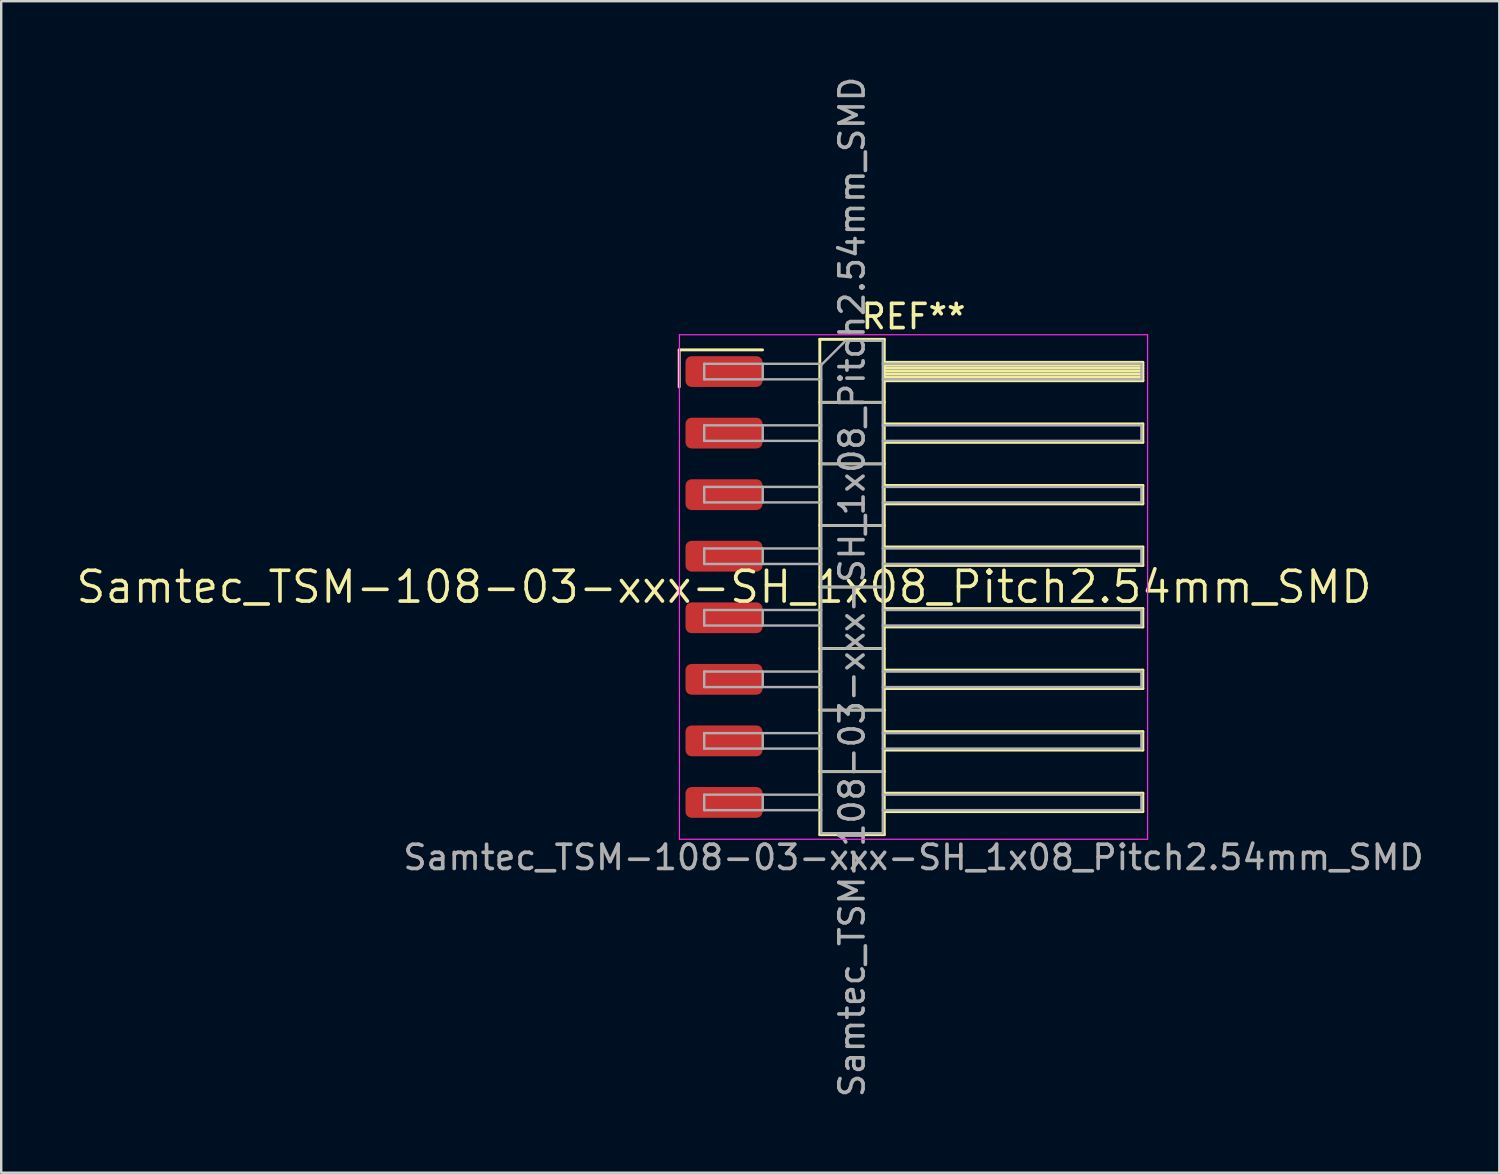
<source format=kicad_pcb>
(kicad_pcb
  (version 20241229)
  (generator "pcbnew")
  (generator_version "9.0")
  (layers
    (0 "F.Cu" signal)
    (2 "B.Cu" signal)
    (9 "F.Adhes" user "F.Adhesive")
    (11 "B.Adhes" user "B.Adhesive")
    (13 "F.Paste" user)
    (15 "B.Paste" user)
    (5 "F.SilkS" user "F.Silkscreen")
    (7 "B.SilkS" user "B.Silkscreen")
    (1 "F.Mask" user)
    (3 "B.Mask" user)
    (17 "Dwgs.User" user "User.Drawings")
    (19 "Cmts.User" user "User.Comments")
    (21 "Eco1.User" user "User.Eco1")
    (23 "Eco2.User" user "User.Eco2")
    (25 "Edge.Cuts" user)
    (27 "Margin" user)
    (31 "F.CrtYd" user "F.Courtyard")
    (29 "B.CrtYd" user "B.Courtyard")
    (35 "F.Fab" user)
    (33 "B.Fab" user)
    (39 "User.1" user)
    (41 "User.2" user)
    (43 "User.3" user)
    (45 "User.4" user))
  (footprint "Samtec_TSM-108-03-xxx-SH_1x08_Pitch2.54mm_SMD"
    (layer "F.Cu")
    (at 26.828 21.173)
    (property "Reference" "Samtec_TSM-108-03-xxx-SH_1x08_Pitch2.54mm_SMD" (at 0 0 0) (layer "F.SilkS") (effects (font (size 1.27 1.27) (thickness 0.15))))
    (attr smd)
    (fp_line (start -1.85 -9.785) (end 1.59 -9.785) (stroke (width 0.12) (type solid)) (layer "F.SilkS"))
    (fp_line (start -1.85 -8.255) (end -1.85 -9.785) (stroke (width 0.12) (type solid)) (layer "F.SilkS"))
    (fp_line (start 3.953 -10.22) (end 6.613 -10.22) (stroke (width 0.12) (type solid)) (layer "F.SilkS"))
    (fp_line (start 3.953 -7.62) (end 6.613 -7.62) (stroke (width 0.12) (type solid)) (layer "F.SilkS"))
    (fp_line (start 3.953 -5.08) (end 6.613 -5.08) (stroke (width 0.12) (type solid)) (layer "F.SilkS"))
    (fp_line (start 3.953 -2.54) (end 6.613 -2.54) (stroke (width 0.12) (type solid)) (layer "F.SilkS"))
    (fp_line (start 3.953 0) (end 6.613 0) (stroke (width 0.12) (type solid)) (layer "F.SilkS"))
    (fp_line (start 3.953 2.54) (end 6.613 2.54) (stroke (width 0.12) (type solid)) (layer "F.SilkS"))
    (fp_line (start 3.953 5.08) (end 6.613 5.08) (stroke (width 0.12) (type solid)) (layer "F.SilkS"))
    (fp_line (start 3.953 7.62) (end 6.613 7.62) (stroke (width 0.12) (type solid)) (layer "F.SilkS"))
    (fp_line (start 3.953 10.22) (end 3.953 -10.22) (stroke (width 0.12) (type solid)) (layer "F.SilkS"))
    (fp_line (start 6.613 -10.22) (end 6.613 10.22) (stroke (width 0.12) (type solid)) (layer "F.SilkS"))
    (fp_line (start 6.613 -9.27) (end 17.283 -9.27) (stroke (width 0.12) (type solid)) (layer "F.SilkS"))
    (fp_line (start 6.613 -9.15) (end 17.283 -9.15) (stroke (width 0.12) (type solid)) (layer "F.SilkS"))
    (fp_line (start 6.613 -9.03) (end 17.283 -9.03) (stroke (width 0.12) (type solid)) (layer "F.SilkS"))
    (fp_line (start 6.613 -8.91) (end 17.283 -8.91) (stroke (width 0.12) (type solid)) (layer "F.SilkS"))
    (fp_line (start 6.613 -8.79) (end 17.283 -8.79) (stroke (width 0.12) (type solid)) (layer "F.SilkS"))
    (fp_line (start 6.613 -8.67) (end 17.283 -8.67) (stroke (width 0.12) (type solid)) (layer "F.SilkS"))
    (fp_line (start 6.613 -8.55) (end 17.283 -8.55) (stroke (width 0.12) (type solid)) (layer "F.SilkS"))
    (fp_line (start 6.613 -8.51) (end 17.283 -8.51) (stroke (width 0.12) (type solid)) (layer "F.SilkS"))
    (fp_line (start 6.613 -6.73) (end 17.283 -6.73) (stroke (width 0.12) (type solid)) (layer "F.SilkS"))
    (fp_line (start 6.613 -5.97) (end 17.283 -5.97) (stroke (width 0.12) (type solid)) (layer "F.SilkS"))
    (fp_line (start 6.613 -4.19) (end 17.283 -4.19) (stroke (width 0.12) (type solid)) (layer "F.SilkS"))
    (fp_line (start 6.613 -3.43) (end 17.283 -3.43) (stroke (width 0.12) (type solid)) (layer "F.SilkS"))
    (fp_line (start 6.613 -1.65) (end 17.283 -1.65) (stroke (width 0.12) (type solid)) (layer "F.SilkS"))
    (fp_line (start 6.613 -0.89) (end 17.283 -0.89) (stroke (width 0.12) (type solid)) (layer "F.SilkS"))
    (fp_line (start 6.613 0.89) (end 17.283 0.89) (stroke (width 0.12) (type solid)) (layer "F.SilkS"))
    (fp_line (start 6.613 1.65) (end 17.283 1.65) (stroke (width 0.12) (type solid)) (layer "F.SilkS"))
    (fp_line (start 6.613 3.43) (end 17.283 3.43) (stroke (width 0.12) (type solid)) (layer "F.SilkS"))
    (fp_line (start 6.613 4.19) (end 17.283 4.19) (stroke (width 0.12) (type solid)) (layer "F.SilkS"))
    (fp_line (start 6.613 5.97) (end 17.283 5.97) (stroke (width 0.12) (type solid)) (layer "F.SilkS"))
    (fp_line (start 6.613 6.73) (end 17.283 6.73) (stroke (width 0.12) (type solid)) (layer "F.SilkS"))
    (fp_line (start 6.613 8.51) (end 17.283 8.51) (stroke (width 0.12) (type solid)) (layer "F.SilkS"))
    (fp_line (start 6.613 9.27) (end 17.283 9.27) (stroke (width 0.12) (type solid)) (layer "F.SilkS"))
    (fp_line (start 6.613 10.22) (end 3.953 10.22) (stroke (width 0.12) (type solid)) (layer "F.SilkS"))
    (fp_line (start 17.283 -9.27) (end 17.283 -8.51) (stroke (width 0.12) (type solid)) (layer "F.SilkS"))
    (fp_line (start 17.283 -6.73) (end 17.283 -5.97) (stroke (width 0.12) (type solid)) (layer "F.SilkS"))
    (fp_line (start 17.283 -4.19) (end 17.283 -3.43) (stroke (width 0.12) (type solid)) (layer "F.SilkS"))
    (fp_line (start 17.283 -1.65) (end 17.283 -0.89) (stroke (width 0.12) (type solid)) (layer "F.SilkS"))
    (fp_line (start 17.283 0.89) (end 17.283 1.65) (stroke (width 0.12) (type solid)) (layer "F.SilkS"))
    (fp_line (start 17.283 3.43) (end 17.283 4.19) (stroke (width 0.12) (type solid)) (layer "F.SilkS"))
    (fp_line (start 17.283 5.97) (end 17.283 6.73) (stroke (width 0.12) (type solid)) (layer "F.SilkS"))
    (fp_line (start 17.283 8.51) (end 17.283 9.27) (stroke (width 0.12) (type solid)) (layer "F.SilkS"))
    (fp_line (start -1.84 -10.41) (end 17.48 -10.41) (stroke (width 0.05) (type solid)) (layer "F.CrtYd"))
    (fp_line (start -1.84 10.41) (end -1.84 -10.41) (stroke (width 0.05) (type solid)) (layer "F.CrtYd"))
    (fp_line (start 17.48 -10.41) (end 17.48 10.41) (stroke (width 0.05) (type solid)) (layer "F.CrtYd"))
    (fp_line (start 17.48 10.41) (end -1.84 10.41) (stroke (width 0.05) (type solid)) (layer "F.CrtYd"))
    (fp_line (start -0.817 -9.21) (end -0.817 -8.57) (stroke (width 0.1) (type solid)) (layer "F.Fab"))
    (fp_line (start -0.817 -9.21) (end 4.013 -9.21) (stroke (width 0.1) (type solid)) (layer "F.Fab"))
    (fp_line (start -0.817 -8.57) (end 4.013 -8.57) (stroke (width 0.1) (type solid)) (layer "F.Fab"))
    (fp_line (start -0.817 -6.67) (end -0.817 -6.03) (stroke (width 0.1) (type solid)) (layer "F.Fab"))
    (fp_line (start -0.817 -6.67) (end 4.013 -6.67) (stroke (width 0.1) (type solid)) (layer "F.Fab"))
    (fp_line (start -0.817 -6.03) (end 4.013 -6.03) (stroke (width 0.1) (type solid)) (layer "F.Fab"))
    (fp_line (start -0.817 -4.13) (end -0.817 -3.49) (stroke (width 0.1) (type solid)) (layer "F.Fab"))
    (fp_line (start -0.817 -4.13) (end 4.013 -4.13) (stroke (width 0.1) (type solid)) (layer "F.Fab"))
    (fp_line (start -0.817 -3.49) (end 4.013 -3.49) (stroke (width 0.1) (type solid)) (layer "F.Fab"))
    (fp_line (start -0.817 -1.59) (end -0.817 -0.95) (stroke (width 0.1) (type solid)) (layer "F.Fab"))
    (fp_line (start -0.817 -1.59) (end 4.013 -1.59) (stroke (width 0.1) (type solid)) (layer "F.Fab"))
    (fp_line (start -0.817 -0.95) (end 4.013 -0.95) (stroke (width 0.1) (type solid)) (layer "F.Fab"))
    (fp_line (start -0.817 0.95) (end -0.817 1.59) (stroke (width 0.1) (type solid)) (layer "F.Fab"))
    (fp_line (start -0.817 0.95) (end 4.013 0.95) (stroke (width 0.1) (type solid)) (layer "F.Fab"))
    (fp_line (start -0.817 1.59) (end 4.013 1.59) (stroke (width 0.1) (type solid)) (layer "F.Fab"))
    (fp_line (start -0.817 3.49) (end -0.817 4.13) (stroke (width 0.1) (type solid)) (layer "F.Fab"))
    (fp_line (start -0.817 3.49) (end 4.013 3.49) (stroke (width 0.1) (type solid)) (layer "F.Fab"))
    (fp_line (start -0.817 4.13) (end 4.013 4.13) (stroke (width 0.1) (type solid)) (layer "F.Fab"))
    (fp_line (start -0.817 6.03) (end -0.817 6.67) (stroke (width 0.1) (type solid)) (layer "F.Fab"))
    (fp_line (start -0.817 6.03) (end 4.013 6.03) (stroke (width 0.1) (type solid)) (layer "F.Fab"))
    (fp_line (start -0.817 6.67) (end 4.013 6.67) (stroke (width 0.1) (type solid)) (layer "F.Fab"))
    (fp_line (start -0.817 8.57) (end -0.817 9.21) (stroke (width 0.1) (type solid)) (layer "F.Fab"))
    (fp_line (start -0.817 8.57) (end 4.013 8.57) (stroke (width 0.1) (type solid)) (layer "F.Fab"))
    (fp_line (start -0.817 9.21) (end 4.013 9.21) (stroke (width 0.1) (type solid)) (layer "F.Fab"))
    (fp_line (start 1.598 -9.21) (end 1.598 -8.57) (stroke (width 0.1) (type solid)) (layer "F.Fab"))
    (fp_line (start 1.598 -6.67) (end 1.598 -6.03) (stroke (width 0.1) (type solid)) (layer "F.Fab"))
    (fp_line (start 1.598 -4.13) (end 1.598 -3.49) (stroke (width 0.1) (type solid)) (layer "F.Fab"))
    (fp_line (start 1.598 -1.59) (end 1.598 -0.95) (stroke (width 0.1) (type solid)) (layer "F.Fab"))
    (fp_line (start 1.598 0.95) (end 1.598 1.59) (stroke (width 0.1) (type solid)) (layer "F.Fab"))
    (fp_line (start 1.598 3.49) (end 1.598 4.13) (stroke (width 0.1) (type solid)) (layer "F.Fab"))
    (fp_line (start 1.598 6.03) (end 1.598 6.67) (stroke (width 0.1) (type solid)) (layer "F.Fab"))
    (fp_line (start 1.598 8.57) (end 1.598 9.21) (stroke (width 0.1) (type solid)) (layer "F.Fab"))
    (fp_line (start 4.013 -9.16) (end 5.013 -10.16) (stroke (width 0.1) (type solid)) (layer "F.Fab"))
    (fp_line (start 4.013 -7.62) (end 6.553 -7.62) (stroke (width 0.1) (type solid)) (layer "F.Fab"))
    (fp_line (start 4.013 -5.08) (end 6.553 -5.08) (stroke (width 0.1) (type solid)) (layer "F.Fab"))
    (fp_line (start 4.013 -2.54) (end 6.553 -2.54) (stroke (width 0.1) (type solid)) (layer "F.Fab"))
    (fp_line (start 4.013 0) (end 6.553 0) (stroke (width 0.1) (type solid)) (layer "F.Fab"))
    (fp_line (start 4.013 2.54) (end 6.553 2.54) (stroke (width 0.1) (type solid)) (layer "F.Fab"))
    (fp_line (start 4.013 5.08) (end 6.553 5.08) (stroke (width 0.1) (type solid)) (layer "F.Fab"))
    (fp_line (start 4.013 7.62) (end 6.553 7.62) (stroke (width 0.1) (type solid)) (layer "F.Fab"))
    (fp_line (start 4.013 10.16) (end 4.013 -9.16) (stroke (width 0.1) (type solid)) (layer "F.Fab"))
    (fp_line (start 5.013 -10.16) (end 6.553 -10.16) (stroke (width 0.1) (type solid)) (layer "F.Fab"))
    (fp_line (start 6.553 -10.16) (end 6.553 10.16) (stroke (width 0.1) (type solid)) (layer "F.Fab"))
    (fp_line (start 6.553 -9.21) (end 17.223 -9.21) (stroke (width 0.1) (type solid)) (layer "F.Fab"))
    (fp_line (start 6.553 -8.57) (end 17.223 -8.57) (stroke (width 0.1) (type solid)) (layer "F.Fab"))
    (fp_line (start 6.553 -6.67) (end 17.223 -6.67) (stroke (width 0.1) (type solid)) (layer "F.Fab"))
    (fp_line (start 6.553 -6.03) (end 17.223 -6.03) (stroke (width 0.1) (type solid)) (layer "F.Fab"))
    (fp_line (start 6.553 -4.13) (end 17.223 -4.13) (stroke (width 0.1) (type solid)) (layer "F.Fab"))
    (fp_line (start 6.553 -3.49) (end 17.223 -3.49) (stroke (width 0.1) (type solid)) (layer "F.Fab"))
    (fp_line (start 6.553 -1.59) (end 17.223 -1.59) (stroke (width 0.1) (type solid)) (layer "F.Fab"))
    (fp_line (start 6.553 -0.95) (end 17.223 -0.95) (stroke (width 0.1) (type solid)) (layer "F.Fab"))
    (fp_line (start 6.553 0.95) (end 17.223 0.95) (stroke (width 0.1) (type solid)) (layer "F.Fab"))
    (fp_line (start 6.553 1.59) (end 17.223 1.59) (stroke (width 0.1) (type solid)) (layer "F.Fab"))
    (fp_line (start 6.553 3.49) (end 17.223 3.49) (stroke (width 0.1) (type solid)) (layer "F.Fab"))
    (fp_line (start 6.553 4.13) (end 17.223 4.13) (stroke (width 0.1) (type solid)) (layer "F.Fab"))
    (fp_line (start 6.553 6.03) (end 17.223 6.03) (stroke (width 0.1) (type solid)) (layer "F.Fab"))
    (fp_line (start 6.553 6.67) (end 17.223 6.67) (stroke (width 0.1) (type solid)) (layer "F.Fab"))
    (fp_line (start 6.553 8.57) (end 17.223 8.57) (stroke (width 0.1) (type solid)) (layer "F.Fab"))
    (fp_line (start 6.553 9.21) (end 17.223 9.21) (stroke (width 0.1) (type solid)) (layer "F.Fab"))
    (fp_line (start 6.553 10.16) (end 4.013 10.16) (stroke (width 0.1) (type solid)) (layer "F.Fab"))
    (fp_line (start 17.223 -9.21) (end 17.223 -8.57) (stroke (width 0.1) (type solid)) (layer "F.Fab"))
    (fp_line (start 17.223 -6.67) (end 17.223 -6.03) (stroke (width 0.1) (type solid)) (layer "F.Fab"))
    (fp_line (start 17.223 -4.13) (end 17.223 -3.49) (stroke (width 0.1) (type solid)) (layer "F.Fab"))
    (fp_line (start 17.223 -1.59) (end 17.223 -0.95) (stroke (width 0.1) (type solid)) (layer "F.Fab"))
    (fp_line (start 17.223 0.95) (end 17.223 1.59) (stroke (width 0.1) (type solid)) (layer "F.Fab"))
    (fp_line (start 17.223 3.49) (end 17.223 4.13) (stroke (width 0.1) (type solid)) (layer "F.Fab"))
    (fp_line (start 17.223 6.03) (end 17.223 6.67) (stroke (width 0.1) (type solid)) (layer "F.Fab"))
    (fp_line (start 17.223 8.57) (end 17.223 9.21) (stroke (width 0.1) (type solid)) (layer "F.Fab"))
    (fp_text user "REF**" (at 7.82 -11.16 0) (layer "F.SilkS") (effects (font (size 1 1) (thickness 0.15))))
    (fp_text user "${REFERENCE}" (at 5.283 0 90) (layer "F.Fab") (effects (font (size 1 1) (thickness 0.15))))
    (fp_text user "Samtec_TSM-108-03-xxx-SH_1x08_Pitch2.54mm_SMD" (at 7.82 11.16 0) (layer "F.Fab") (effects (font (size 1 1) (thickness 0.15))))
    (pad "1" smd roundrect (at 0 -8.89) (size 3.18 1.27) (layers "F.Cu" "F.Mask" "F.Paste") (roundrect_rratio 0.197))
    (pad "2" smd roundrect (at 0 -6.35) (size 3.18 1.27) (layers "F.Cu" "F.Mask" "F.Paste") (roundrect_rratio 0.197))
    (pad "3" smd roundrect (at 0 -3.81) (size 3.18 1.27) (layers "F.Cu" "F.Mask" "F.Paste") (roundrect_rratio 0.197))
    (pad "4" smd roundrect (at 0 -1.27) (size 3.18 1.27) (layers "F.Cu" "F.Mask" "F.Paste") (roundrect_rratio 0.197))
    (pad "5" smd roundrect (at 0 1.27) (size 3.18 1.27) (layers "F.Cu" "F.Mask" "F.Paste") (roundrect_rratio 0.197))
    (pad "6" smd roundrect (at 0 3.81) (size 3.18 1.27) (layers "F.Cu" "F.Mask" "F.Paste") (roundrect_rratio 0.197))
    (pad "7" smd roundrect (at 0 6.35) (size 3.18 1.27) (layers "F.Cu" "F.Mask" "F.Paste") (roundrect_rratio 0.197))
    (pad "8" smd roundrect (at 0 8.89) (size 3.18 1.27) (layers "F.Cu" "F.Mask" "F.Paste") (roundrect_rratio 0.197)))
  (gr_rect
    (start -3 -3)
    (end 58.821 45.345)
    (stroke (width 0.1) (type default))
    (fill no)
    (layer "Edge.Cuts")))
</source>
